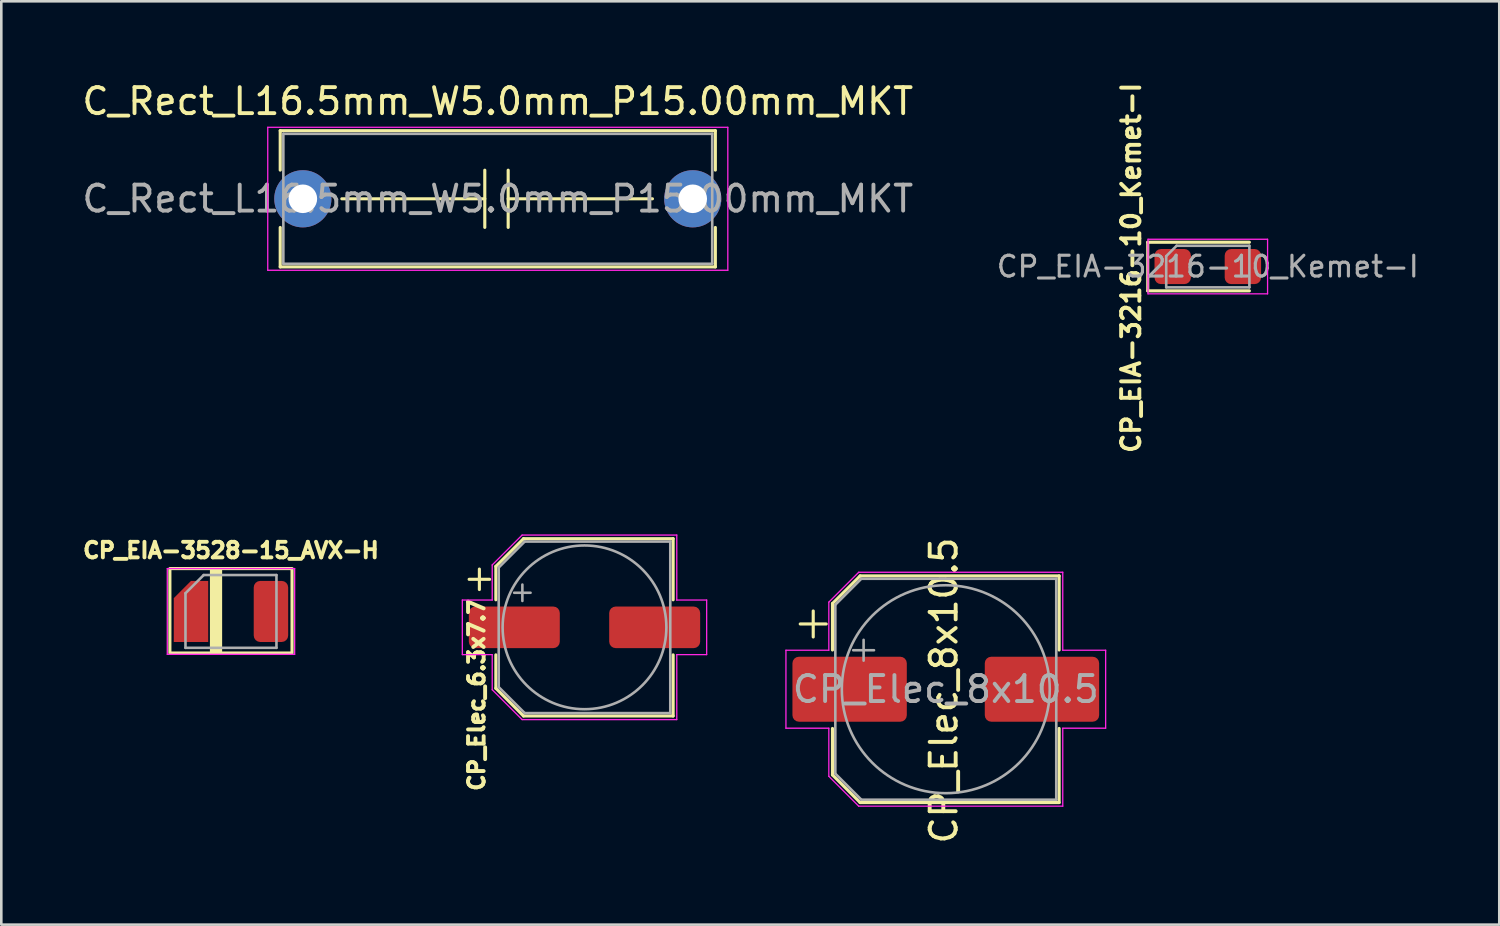
<source format=kicad_pcb>
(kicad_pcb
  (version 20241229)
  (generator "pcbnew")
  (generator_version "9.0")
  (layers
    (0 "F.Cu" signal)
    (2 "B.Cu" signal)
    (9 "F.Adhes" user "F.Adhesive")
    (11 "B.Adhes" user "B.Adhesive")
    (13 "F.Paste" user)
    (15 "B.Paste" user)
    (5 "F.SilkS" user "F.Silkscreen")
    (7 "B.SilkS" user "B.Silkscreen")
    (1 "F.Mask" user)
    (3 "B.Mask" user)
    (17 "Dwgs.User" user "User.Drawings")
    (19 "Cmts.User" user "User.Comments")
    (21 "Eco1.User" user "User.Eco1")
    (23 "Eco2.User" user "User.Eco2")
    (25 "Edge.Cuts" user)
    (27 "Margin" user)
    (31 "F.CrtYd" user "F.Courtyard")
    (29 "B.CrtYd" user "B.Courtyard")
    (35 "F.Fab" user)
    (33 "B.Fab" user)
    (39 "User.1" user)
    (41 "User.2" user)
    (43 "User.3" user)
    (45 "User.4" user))
  (footprint "CP_EIA-3528-15_AVX-H"
    (layer "F.Cu")
    (at 5.836 20.474)
    (property "Reference" "CP_EIA-3528-15_AVX-H" (at 0 -2.35 180) (layer "F.SilkS") (effects (font (size 0.6 0.6) (thickness 0.15))))
    (attr smd)
    (fp_rect (start -2.35 -1.65) (end 2.35 1.6) (stroke (width 0.12) (type solid)) (fill no) (layer "F.SilkS"))
    (fp_rect (start -0.75 -1.65) (end -0.4 1.6) (stroke (width 0.12) (type solid)) (fill yes) (layer "F.SilkS"))
    (fp_line (start -2.45 -1.65) (end 2.45 -1.65) (stroke (width 0.05) (type solid)) (layer "F.CrtYd"))
    (fp_line (start -2.45 1.65) (end -2.45 -1.65) (stroke (width 0.05) (type solid)) (layer "F.CrtYd"))
    (fp_line (start 2.45 -1.65) (end 2.45 1.65) (stroke (width 0.05) (type solid)) (layer "F.CrtYd"))
    (fp_line (start 2.45 1.65) (end -2.45 1.65) (stroke (width 0.05) (type solid)) (layer "F.CrtYd"))
    (fp_line (start -1.75 -0.7) (end -1.75 1.4) (stroke (width 0.1) (type solid)) (layer "F.Fab"))
    (fp_line (start -1.75 1.4) (end 1.75 1.4) (stroke (width 0.1) (type solid)) (layer "F.Fab"))
    (fp_line (start -1.05 -1.4) (end -1.75 -0.7) (stroke (width 0.1) (type solid)) (layer "F.Fab"))
    (fp_line (start 1.75 -1.4) (end -1.05 -1.4) (stroke (width 0.1) (type solid)) (layer "F.Fab"))
    (fp_line (start 1.75 1.4) (end 1.75 -1.4) (stroke (width 0.1) (type solid)) (layer "F.Fab"))
    (pad "1" smd roundrect (at -1.538 0) (size 1.325 2.35) (layers "F.Cu" "F.Mask" "F.Paste") (roundrect_rratio 0) (chamfer_ratio 0.5) (chamfer top_left))
    (pad "2" smd roundrect (at 1.538 0) (size 1.325 2.35) (layers "F.Cu" "F.Mask" "F.Paste") (roundrect_rratio 0.189)))
  (footprint "C_Rect_L16.5mm_W5.0mm_P15.00mm_MKT"
    (layer "F.Cu")
    (at 8.601 4.598)
    (property "Reference" "C_Rect_L16.5mm_W5.0mm_P15.00mm_MKT" (at 7.5 -3.75 0) (layer "F.SilkS") (effects (font (size 1 1) (thickness 0.15))))
    (attr through_hole)
    (fp_line (start -0.87 -2.62) (end -0.87 -1.104) (stroke (width 0.12) (type solid)) (layer "F.SilkS"))
    (fp_line (start -0.87 -2.62) (end 15.87 -2.62) (stroke (width 0.12) (type solid)) (layer "F.SilkS"))
    (fp_line (start -0.87 1.104) (end -0.87 2.62) (stroke (width 0.12) (type solid)) (layer "F.SilkS"))
    (fp_line (start -0.87 2.62) (end 15.87 2.62) (stroke (width 0.12) (type solid)) (layer "F.SilkS"))
    (fp_line (start 1.5 0) (end 7 0) (stroke (width 0.12) (type solid)) (layer "F.SilkS"))
    (fp_line (start 7 -1.1) (end 7 1.1) (stroke (width 0.12) (type solid)) (layer "F.SilkS"))
    (fp_line (start 7.9 -1.1) (end 7.9 1.1) (stroke (width 0.12) (type solid)) (layer "F.SilkS"))
    (fp_line (start 13.45 0) (end 7.9 0) (stroke (width 0.12) (type solid)) (layer "F.SilkS"))
    (fp_line (start 15.87 -2.62) (end 15.87 -1.104) (stroke (width 0.12) (type solid)) (layer "F.SilkS"))
    (fp_line (start 15.87 1.104) (end 15.87 2.62) (stroke (width 0.12) (type solid)) (layer "F.SilkS"))
    (fp_line (start -1.35 -2.75) (end -1.35 2.75) (stroke (width 0.05) (type solid)) (layer "F.CrtYd"))
    (fp_line (start -1.35 2.75) (end 16.35 2.75) (stroke (width 0.05) (type solid)) (layer "F.CrtYd"))
    (fp_line (start 16.35 -2.75) (end -1.35 -2.75) (stroke (width 0.05) (type solid)) (layer "F.CrtYd"))
    (fp_line (start 16.35 2.75) (end 16.35 -2.75) (stroke (width 0.05) (type solid)) (layer "F.CrtYd"))
    (fp_line (start -0.75 -2.5) (end -0.75 2.5) (stroke (width 0.1) (type solid)) (layer "F.Fab"))
    (fp_line (start -0.75 2.5) (end 15.75 2.5) (stroke (width 0.1) (type solid)) (layer "F.Fab"))
    (fp_line (start 15.75 -2.5) (end -0.75 -2.5) (stroke (width 0.1) (type solid)) (layer "F.Fab"))
    (fp_line (start 15.75 2.5) (end 15.75 -2.5) (stroke (width 0.1) (type solid)) (layer "F.Fab"))
    (fp_text user "${REFERENCE}" (at 7.5 0 0) (layer "F.Fab") (effects (font (size 1 1) (thickness 0.15))))
    (pad "1" thru_hole circle (at 0 0) (size 2.2 2.2) (drill 1.1) (layers "*.Cu" "*.Mask"))
    (pad "2" thru_hole circle (at 15 0) (size 2.2 2.2) (drill 1.1) (layers "*.Cu" "*.Mask")))
  (footprint "CP_EIA-3216-10_Kemet-I"
    (layer "F.Cu")
    (at 43.417 7.205)
    (property "Reference" "CP_EIA-3216-10_Kemet-I" (at -2.95 0.05 270) (layer "F.SilkS") (effects (font (size 0.7 0.7) (thickness 0.15))))
    (attr smd)
    (fp_line (start -2.31 -0.935) (end -2.31 0.935) (stroke (width 0.12) (type solid)) (layer "F.SilkS"))
    (fp_line (start -2.31 0.935) (end 1.6 0.935) (stroke (width 0.12) (type solid)) (layer "F.SilkS"))
    (fp_line (start 1.6 -0.935) (end -2.31 -0.935) (stroke (width 0.12) (type solid)) (layer "F.SilkS"))
    (fp_line (start -2.3 -1.05) (end 2.3 -1.05) (stroke (width 0.05) (type solid)) (layer "F.CrtYd"))
    (fp_line (start -2.3 1.05) (end -2.3 -1.05) (stroke (width 0.05) (type solid)) (layer "F.CrtYd"))
    (fp_line (start 2.3 -1.05) (end 2.3 1.05) (stroke (width 0.05) (type solid)) (layer "F.CrtYd"))
    (fp_line (start 2.3 1.05) (end -2.3 1.05) (stroke (width 0.05) (type solid)) (layer "F.CrtYd"))
    (fp_line (start -1.6 -0.4) (end -1.6 0.8) (stroke (width 0.1) (type solid)) (layer "F.Fab"))
    (fp_line (start -1.6 0.8) (end 1.6 0.8) (stroke (width 0.1) (type solid)) (layer "F.Fab"))
    (fp_line (start -1.2 -0.8) (end -1.6 -0.4) (stroke (width 0.1) (type solid)) (layer "F.Fab"))
    (fp_line (start 1.6 -0.8) (end -1.2 -0.8) (stroke (width 0.1) (type solid)) (layer "F.Fab"))
    (fp_line (start 1.6 0.8) (end 1.6 -0.8) (stroke (width 0.1) (type solid)) (layer "F.Fab"))
    (fp_text user "${REFERENCE}" (at 0 0 0) (layer "F.Fab") (effects (font (size 0.8 0.8) (thickness 0.12))))
    (pad "1" smd roundrect (at -1.35 0) (size 1.4 1.35) (layers "F.Cu" "F.Mask" "F.Paste") (roundrect_rratio 0.185))
    (pad "2" smd roundrect (at 1.35 0) (size 1.4 1.35) (layers "F.Cu" "F.Mask" "F.Paste") (roundrect_rratio 0.185)))
  (footprint "CP_Elec_6.3x7.7"
    (layer "F.Cu")
    (at 19.437 21.085)
    (property "Reference" "CP_Elec_6.3x7.7" (at -4.15 2.6 270) (layer "F.SilkS") (effects (font (size 0.6 0.6) (thickness 0.15))))
    (attr smd)
    (fp_line (start -4.438 -1.847) (end -3.65 -1.847) (stroke (width 0.12) (type solid)) (layer "F.SilkS"))
    (fp_line (start -4.044 -2.241) (end -4.044 -1.454) (stroke (width 0.12) (type solid)) (layer "F.SilkS"))
    (fp_line (start -3.41 -2.346) (end -3.41 -1.06) (stroke (width 0.12) (type solid)) (layer "F.SilkS"))
    (fp_line (start -3.41 -2.346) (end -2.346 -3.41) (stroke (width 0.12) (type solid)) (layer "F.SilkS"))
    (fp_line (start -3.41 2.346) (end -3.41 1.06) (stroke (width 0.12) (type solid)) (layer "F.SilkS"))
    (fp_line (start -3.41 2.346) (end -2.346 3.41) (stroke (width 0.12) (type solid)) (layer "F.SilkS"))
    (fp_line (start -2.346 -3.41) (end 3.41 -3.41) (stroke (width 0.12) (type solid)) (layer "F.SilkS"))
    (fp_line (start -2.346 3.41) (end 3.41 3.41) (stroke (width 0.12) (type solid)) (layer "F.SilkS"))
    (fp_line (start 3.41 -3.41) (end 3.41 -1.06) (stroke (width 0.12) (type solid)) (layer "F.SilkS"))
    (fp_line (start 3.41 3.41) (end 3.41 1.06) (stroke (width 0.12) (type solid)) (layer "F.SilkS"))
    (fp_line (start -4.7 -1.05) (end -4.7 1.05) (stroke (width 0.05) (type solid)) (layer "F.CrtYd"))
    (fp_line (start -4.7 1.05) (end -3.55 1.05) (stroke (width 0.05) (type solid)) (layer "F.CrtYd"))
    (fp_line (start -3.55 -2.4) (end -3.55 -1.05) (stroke (width 0.05) (type solid)) (layer "F.CrtYd"))
    (fp_line (start -3.55 -2.4) (end -2.4 -3.55) (stroke (width 0.05) (type solid)) (layer "F.CrtYd"))
    (fp_line (start -3.55 -1.05) (end -4.7 -1.05) (stroke (width 0.05) (type solid)) (layer "F.CrtYd"))
    (fp_line (start -3.55 1.05) (end -3.55 2.4) (stroke (width 0.05) (type solid)) (layer "F.CrtYd"))
    (fp_line (start -3.55 2.4) (end -2.4 3.55) (stroke (width 0.05) (type solid)) (layer "F.CrtYd"))
    (fp_line (start -2.4 -3.55) (end 3.55 -3.55) (stroke (width 0.05) (type solid)) (layer "F.CrtYd"))
    (fp_line (start -2.4 3.55) (end 3.55 3.55) (stroke (width 0.05) (type solid)) (layer "F.CrtYd"))
    (fp_line (start 3.55 -3.55) (end 3.55 -1.05) (stroke (width 0.05) (type solid)) (layer "F.CrtYd"))
    (fp_line (start 3.55 -1.05) (end 4.7 -1.05) (stroke (width 0.05) (type solid)) (layer "F.CrtYd"))
    (fp_line (start 3.55 1.05) (end 3.55 3.55) (stroke (width 0.05) (type solid)) (layer "F.CrtYd"))
    (fp_line (start 4.7 -1.05) (end 4.7 1.05) (stroke (width 0.05) (type solid)) (layer "F.CrtYd"))
    (fp_line (start 4.7 1.05) (end 3.55 1.05) (stroke (width 0.05) (type solid)) (layer "F.CrtYd"))
    (fp_line (start -3.3 -2.3) (end -3.3 2.3) (stroke (width 0.1) (type solid)) (layer "F.Fab"))
    (fp_line (start -3.3 -2.3) (end -2.3 -3.3) (stroke (width 0.1) (type solid)) (layer "F.Fab"))
    (fp_line (start -3.3 2.3) (end -2.3 3.3) (stroke (width 0.1) (type solid)) (layer "F.Fab"))
    (fp_line (start -2.705 -1.33) (end -2.075 -1.33) (stroke (width 0.1) (type solid)) (layer "F.Fab"))
    (fp_line (start -2.39 -1.645) (end -2.39 -1.015) (stroke (width 0.1) (type solid)) (layer "F.Fab"))
    (fp_line (start -2.3 -3.3) (end 3.3 -3.3) (stroke (width 0.1) (type solid)) (layer "F.Fab"))
    (fp_line (start -2.3 3.3) (end 3.3 3.3) (stroke (width 0.1) (type solid)) (layer "F.Fab"))
    (fp_line (start 3.3 -3.3) (end 3.3 3.3) (stroke (width 0.1) (type solid)) (layer "F.Fab"))
    (fp_circle (center 0 0) (end 3.15 0) (stroke (width 0.1) (type solid)) (fill no) (layer "F.Fab"))
    (pad "1" smd roundrect (at -2.7 0) (size 3.5 1.6) (layers "F.Cu" "F.Mask" "F.Paste") (roundrect_rratio 0.156))
    (pad "2" smd roundrect (at 2.7 0) (size 3.5 1.6) (layers "F.Cu" "F.Mask" "F.Paste") (roundrect_rratio 0.156)))
  (footprint "CP_Elec_8x10.5"
    (layer "F.Cu")
    (at 33.337 23.466)
    (property "Reference" "CP_Elec_8x10.5" (at -0.075 0.05 270) (layer "F.SilkS") (effects (font (size 1 1) (thickness 0.15))))
    (attr smd)
    (fp_line (start -5.6 -2.51) (end -4.6 -2.51) (stroke (width 0.12) (type solid)) (layer "F.SilkS"))
    (fp_line (start -5.1 -3.01) (end -5.1 -2.01) (stroke (width 0.12) (type solid)) (layer "F.SilkS"))
    (fp_line (start -4.36 -3.296) (end -4.36 -1.51) (stroke (width 0.12) (type solid)) (layer "F.SilkS"))
    (fp_line (start -4.36 -3.296) (end -3.296 -4.36) (stroke (width 0.12) (type solid)) (layer "F.SilkS"))
    (fp_line (start -4.36 3.296) (end -4.36 1.51) (stroke (width 0.12) (type solid)) (layer "F.SilkS"))
    (fp_line (start -4.36 3.296) (end -3.296 4.36) (stroke (width 0.12) (type solid)) (layer "F.SilkS"))
    (fp_line (start -3.296 -4.36) (end 4.36 -4.36) (stroke (width 0.12) (type solid)) (layer "F.SilkS"))
    (fp_line (start -3.296 4.36) (end 4.36 4.36) (stroke (width 0.12) (type solid)) (layer "F.SilkS"))
    (fp_line (start 4.36 -4.36) (end 4.36 -1.51) (stroke (width 0.12) (type solid)) (layer "F.SilkS"))
    (fp_line (start 4.36 4.36) (end 4.36 1.51) (stroke (width 0.12) (type solid)) (layer "F.SilkS"))
    (fp_line (start -6.15 -1.5) (end -6.15 1.5) (stroke (width 0.05) (type solid)) (layer "F.CrtYd"))
    (fp_line (start -6.15 1.5) (end -4.5 1.5) (stroke (width 0.05) (type solid)) (layer "F.CrtYd"))
    (fp_line (start -4.5 -3.35) (end -4.5 -1.5) (stroke (width 0.05) (type solid)) (layer "F.CrtYd"))
    (fp_line (start -4.5 -3.35) (end -3.35 -4.5) (stroke (width 0.05) (type solid)) (layer "F.CrtYd"))
    (fp_line (start -4.5 -1.5) (end -6.15 -1.5) (stroke (width 0.05) (type solid)) (layer "F.CrtYd"))
    (fp_line (start -4.5 1.5) (end -4.5 3.35) (stroke (width 0.05) (type solid)) (layer "F.CrtYd"))
    (fp_line (start -4.5 3.35) (end -3.35 4.5) (stroke (width 0.05) (type solid)) (layer "F.CrtYd"))
    (fp_line (start -3.35 -4.5) (end 4.5 -4.5) (stroke (width 0.05) (type solid)) (layer "F.CrtYd"))
    (fp_line (start -3.35 4.5) (end 4.5 4.5) (stroke (width 0.05) (type solid)) (layer "F.CrtYd"))
    (fp_line (start 4.5 -4.5) (end 4.5 -1.5) (stroke (width 0.05) (type solid)) (layer "F.CrtYd"))
    (fp_line (start 4.5 -1.5) (end 6.15 -1.5) (stroke (width 0.05) (type solid)) (layer "F.CrtYd"))
    (fp_line (start 4.5 1.5) (end 4.5 4.5) (stroke (width 0.05) (type solid)) (layer "F.CrtYd"))
    (fp_line (start 6.15 -1.5) (end 6.15 1.5) (stroke (width 0.05) (type solid)) (layer "F.CrtYd"))
    (fp_line (start 6.15 1.5) (end 4.5 1.5) (stroke (width 0.05) (type solid)) (layer "F.CrtYd"))
    (fp_line (start -4.25 -3.25) (end -4.25 3.25) (stroke (width 0.1) (type solid)) (layer "F.Fab"))
    (fp_line (start -4.25 -3.25) (end -3.25 -4.25) (stroke (width 0.1) (type solid)) (layer "F.Fab"))
    (fp_line (start -4.25 3.25) (end -3.25 4.25) (stroke (width 0.1) (type solid)) (layer "F.Fab"))
    (fp_line (start -3.562 -1.5) (end -2.762 -1.5) (stroke (width 0.1) (type solid)) (layer "F.Fab"))
    (fp_line (start -3.25 -4.25) (end 4.25 -4.25) (stroke (width 0.1) (type solid)) (layer "F.Fab"))
    (fp_line (start -3.25 4.25) (end 4.25 4.25) (stroke (width 0.1) (type solid)) (layer "F.Fab"))
    (fp_line (start -3.162 -1.9) (end -3.162 -1.1) (stroke (width 0.1) (type solid)) (layer "F.Fab"))
    (fp_line (start 4.25 -4.25) (end 4.25 4.25) (stroke (width 0.1) (type solid)) (layer "F.Fab"))
    (fp_circle (center 0 0) (end 4 0) (stroke (width 0.1) (type solid)) (fill no) (layer "F.Fab"))
    (fp_text user "${REFERENCE}" (at 0 0 0) (layer "F.Fab") (effects (font (size 1 1) (thickness 0.15))))
    (pad "1" smd roundrect (at -3.7 0) (size 4.4 2.5) (layers "F.Cu" "F.Mask" "F.Paste") (roundrect_rratio 0.1))
    (pad "2" smd roundrect (at 3.7 0) (size 4.4 2.5) (layers "F.Cu" "F.Mask" "F.Paste") (roundrect_rratio 0.1)))
  (gr_rect
    (start -3 -3)
    (end 54.631 32.522)
    (stroke (width 0.1) (type default))
    (fill no)
    (layer "Edge.Cuts")))
</source>
